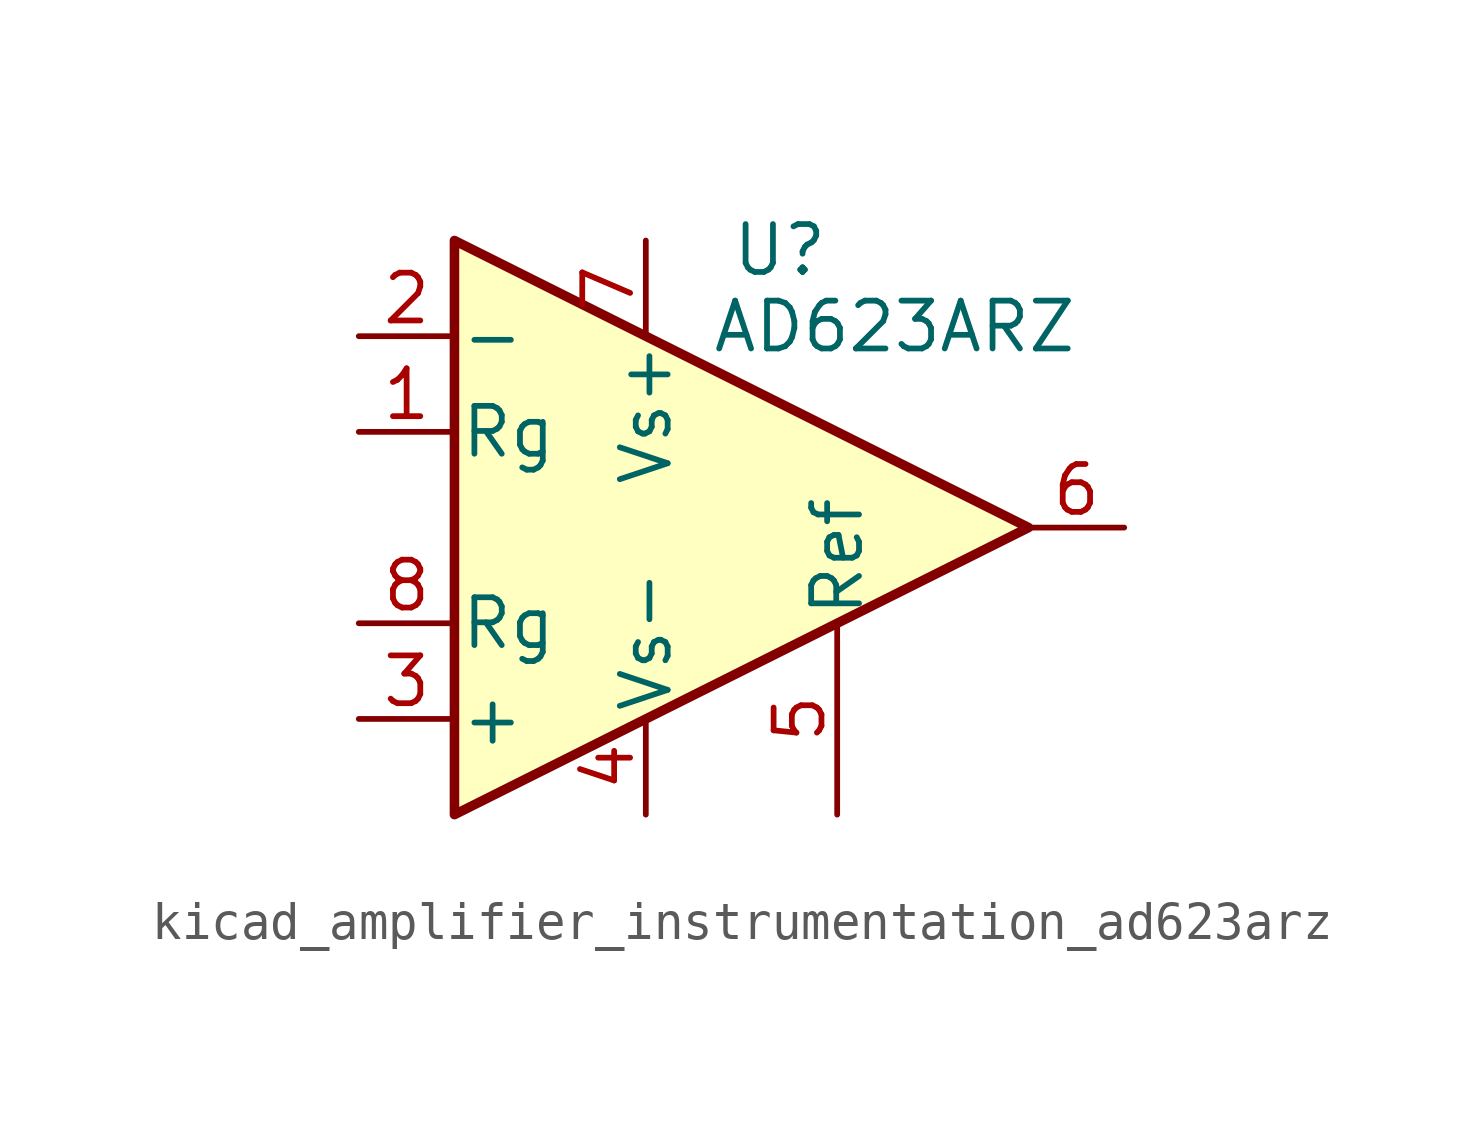
<source format=kicad_sym>
(kicad_symbol_lib
  (version 20220914)
  (generator kicad_symbol_editor)
  (symbol "kicad_amplifier_instrumentation_ad623arz"
    (pin_names
      (offset 0.127))
    (property "Reference" "U"
      (at 3.556 7.366 0)
      (effects (font (size 1.27 1.27))))
    (property "Value" "AD623ARZ"
      (at 6.604 5.334 0)
      (effects (font (size 1.27 1.27))))
    (symbol "kicad_amplifier_instrumentation_ad623arz_0_1"
      (polyline (pts (xy -5.08 7.62) (xy -5.08 -7.62) (xy 10.16 0) (xy -5.08 7.62)) (stroke (width 0.254) (type default)) (fill (type background))))
    (symbol "kicad_amplifier_instrumentation_ad623arz_1_1"
      (pin passive line (at -7.62 2.54 0) (length 2.54) (name "Rg" (effects (font (size 1.27 1.27)))) (number "1" (effects (font (size 1.27 1.27)))))
      (pin input line (at -7.62 5.08 0) (length 2.54) (name "-" (effects (font (size 1.27 1.27)))) (number "2" (effects (font (size 1.27 1.27)))))
      (pin input line (at -7.62 -5.08 0) (length 2.54) (name "+" (effects (font (size 1.27 1.27)))) (number "3" (effects (font (size 1.27 1.27)))))
      (pin power_in line (at 0 -7.62 90) (length 2.54) (name "Vs-" (effects (font (size 1.27 1.27)))) (number "4" (effects (font (size 1.27 1.27)))))
      (pin passive line (at 5.08 -7.62 90) (length 5.08) (name "Ref" (effects (font (size 1.27 1.27)))) (number "5" (effects (font (size 1.27 1.27)))))
      (pin output line (at 12.7 0 180) (length 2.54) (name "~" (effects (font (size 1.27 1.27)))) (number "6" (effects (font (size 1.27 1.27)))))
      (pin power_in line (at 0 7.62 270) (length 2.54) (name "Vs+" (effects (font (size 1.27 1.27)))) (number "7" (effects (font (size 1.27 1.27)))))
      (pin passive line (at -7.62 -2.54 0) (length 2.54) (name "Rg" (effects (font (size 1.27 1.27)))) (number "8" (effects (font (size 1.27 1.27))))))))
</source>
